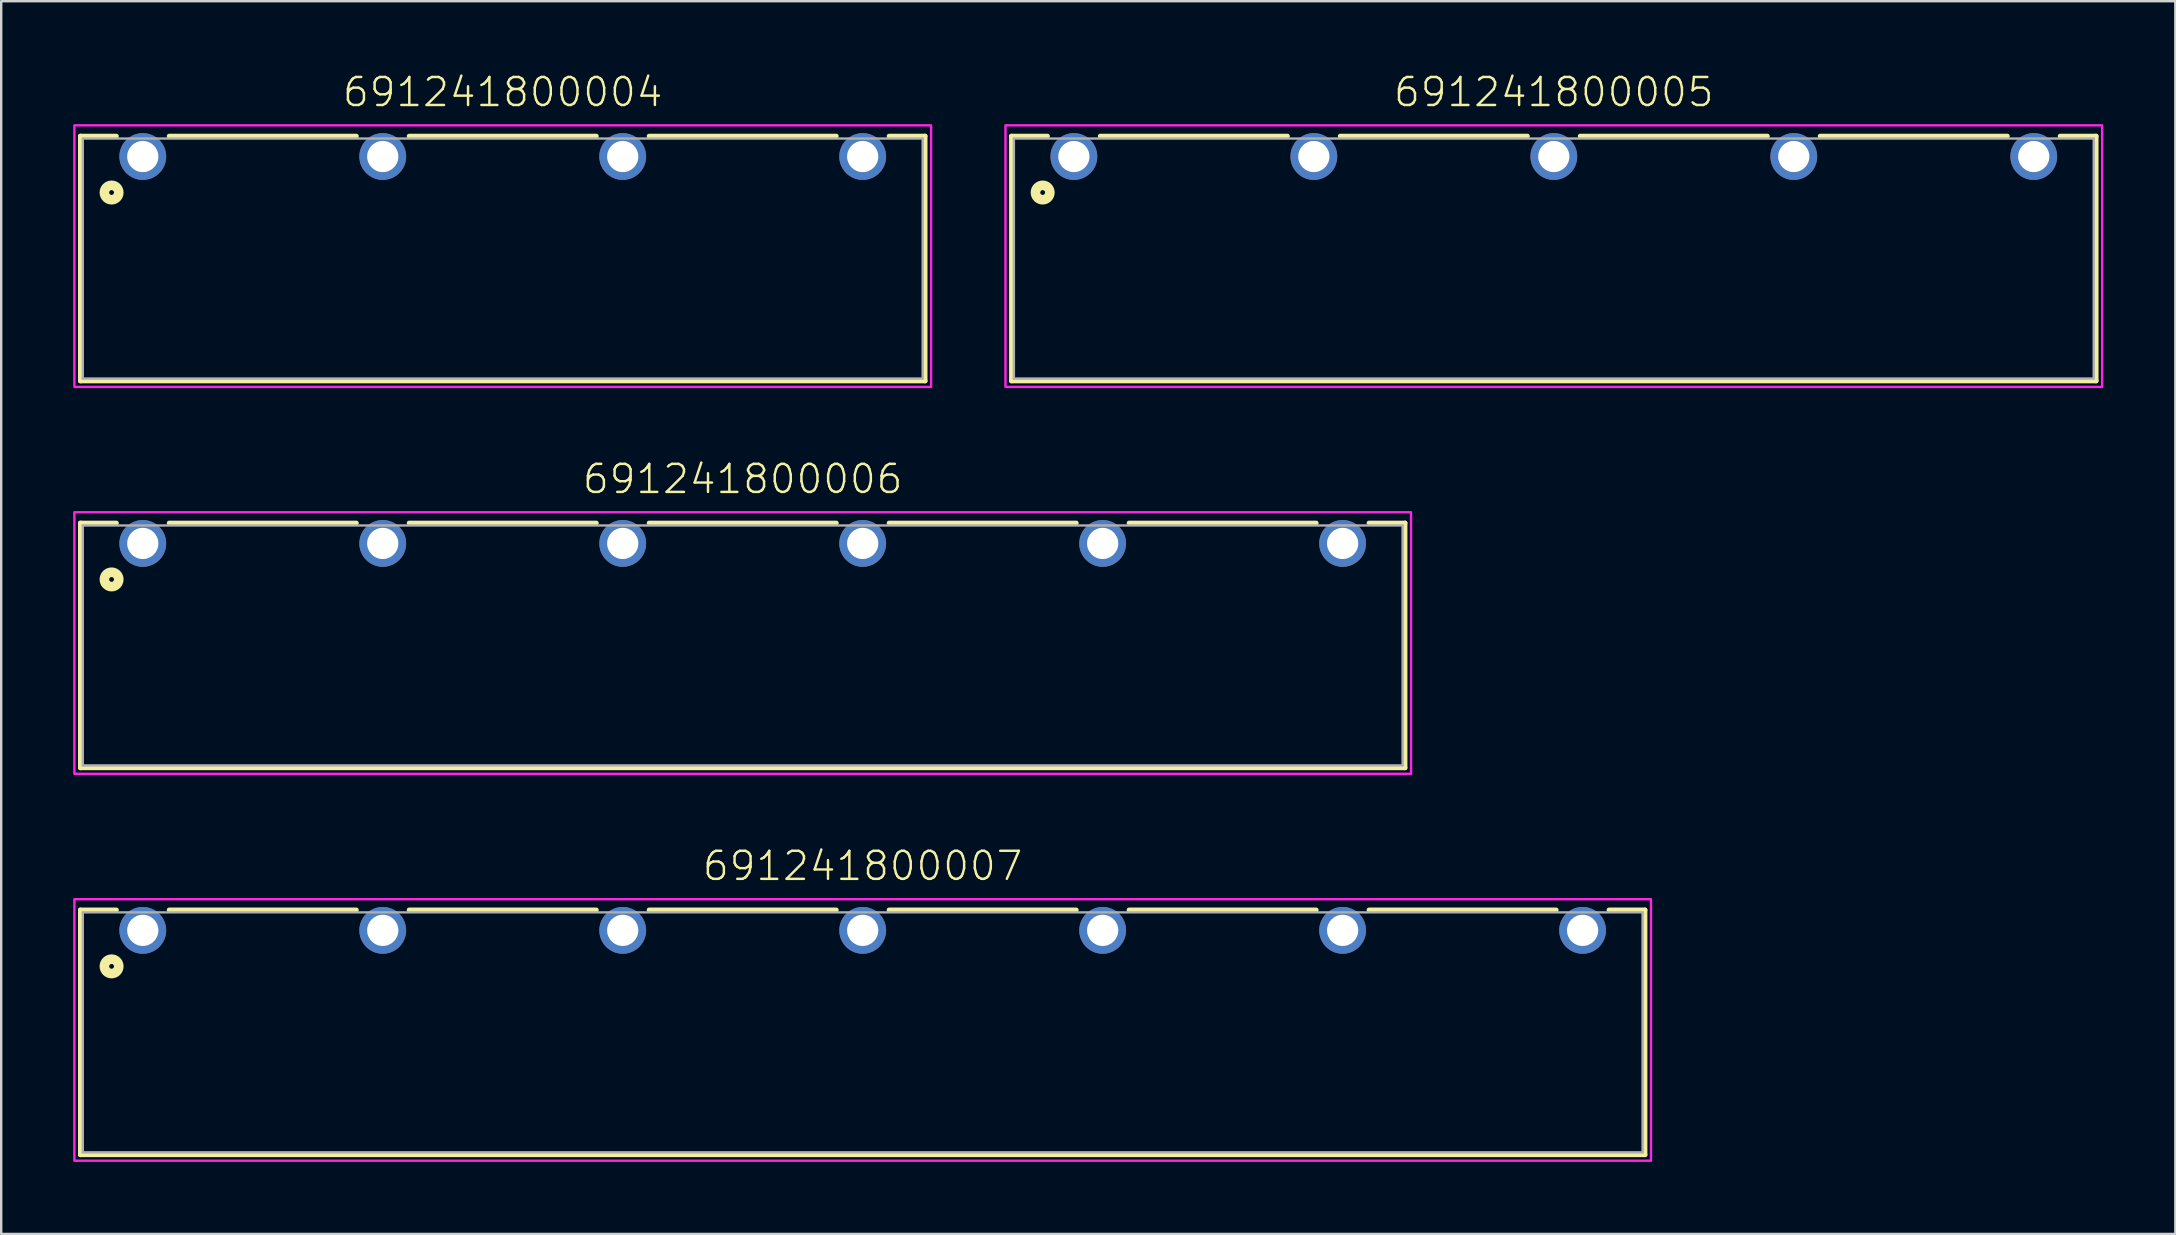
<source format=kicad_pcb>
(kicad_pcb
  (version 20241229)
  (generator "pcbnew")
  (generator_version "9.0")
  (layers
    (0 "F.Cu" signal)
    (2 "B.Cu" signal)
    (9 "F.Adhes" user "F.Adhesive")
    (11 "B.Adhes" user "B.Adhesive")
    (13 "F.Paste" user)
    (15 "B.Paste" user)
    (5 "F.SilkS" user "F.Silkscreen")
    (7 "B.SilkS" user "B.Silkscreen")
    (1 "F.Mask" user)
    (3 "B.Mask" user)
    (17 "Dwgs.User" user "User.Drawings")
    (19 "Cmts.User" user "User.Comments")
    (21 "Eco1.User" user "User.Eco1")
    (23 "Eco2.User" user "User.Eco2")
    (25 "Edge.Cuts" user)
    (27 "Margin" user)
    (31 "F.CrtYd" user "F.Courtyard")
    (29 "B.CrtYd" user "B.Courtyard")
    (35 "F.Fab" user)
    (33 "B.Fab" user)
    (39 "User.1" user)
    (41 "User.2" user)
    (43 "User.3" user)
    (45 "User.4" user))
  (footprint "691241800007"
    (layer "F.Cu")
    (at 32.9 35.72)
    (property "Reference" "691241800007" (at 0 -2 0) (unlocked yes) (layer "F.SilkS") (effects (font (size 1.168 1.168) (thickness 0.102)) (justify bottom)))
    (fp_line (start -32.6 -0.85) (end -31.1 -0.85) (stroke (width 0.2) (type solid)) (layer "F.SilkS"))
    (fp_line (start -32.6 9.35) (end -32.6 -0.85) (stroke (width 0.2) (type solid)) (layer "F.SilkS"))
    (fp_line (start -28.9 -0.85) (end -21.1 -0.85) (stroke (width 0.2) (type solid)) (layer "F.SilkS"))
    (fp_line (start -18.9 -0.85) (end -11.1 -0.85) (stroke (width 0.2) (type solid)) (layer "F.SilkS"))
    (fp_line (start -8.9 -0.85) (end -1.1 -0.85) (stroke (width 0.2) (type solid)) (layer "F.SilkS"))
    (fp_line (start 1.1 -0.85) (end 8.9 -0.85) (stroke (width 0.2) (type solid)) (layer "F.SilkS"))
    (fp_line (start 11.1 -0.85) (end 18.9 -0.85) (stroke (width 0.2) (type solid)) (layer "F.SilkS"))
    (fp_line (start 21.1 -0.85) (end 28.9 -0.85) (stroke (width 0.2) (type solid)) (layer "F.SilkS"))
    (fp_line (start 31.1 -0.85) (end 32.6 -0.85) (stroke (width 0.2) (type solid)) (layer "F.SilkS"))
    (fp_line (start 32.6 -0.85) (end 32.6 9.35) (stroke (width 0.2) (type solid)) (layer "F.SilkS"))
    (fp_line (start 32.6 9.35) (end -32.6 9.35) (stroke (width 0.2) (type solid)) (layer "F.SilkS"))
    (fp_circle (center -31.3 1.5) (end -31.2 1.5) (stroke (width 0.4) (type solid)) (fill no) (layer "F.SilkS"))
    (fp_poly (pts (xy 32.85 9.6) (xy -32.85 9.6) (xy -32.85 -1.3) (xy 32.85 -1.3)) (stroke (width 0.1) (type default)) (fill no) (layer "F.CrtYd"))
    (fp_line (start -32.5 -0.75) (end 32.5 -0.75) (stroke (width 0.1) (type solid)) (layer "F.Fab"))
    (fp_line (start -32.5 9.25) (end -32.5 -0.75) (stroke (width 0.1) (type solid)) (layer "F.Fab"))
    (fp_line (start 32.5 -0.75) (end 32.5 9.25) (stroke (width 0.1) (type solid)) (layer "F.Fab"))
    (fp_line (start 32.5 9.25) (end -32.5 9.25) (stroke (width 0.1) (type solid)) (layer "F.Fab"))
    (pad "1" thru_hole circle (at -30 0) (size 1.95 1.95) (drill 1.3) (layers "*.Cu" "*.Mask"))
    (pad "2" thru_hole circle (at -20 0) (size 1.95 1.95) (drill 1.3) (layers "*.Cu" "*.Mask"))
    (pad "3" thru_hole circle (at -10 0) (size 1.95 1.95) (drill 1.3) (layers "*.Cu" "*.Mask"))
    (pad "4" thru_hole circle (at 0 0) (size 1.95 1.95) (drill 1.3) (layers "*.Cu" "*.Mask"))
    (pad "5" thru_hole circle (at 10 0) (size 1.95 1.95) (drill 1.3) (layers "*.Cu" "*.Mask"))
    (pad "6" thru_hole circle (at 20 0) (size 1.95 1.95) (drill 1.3) (layers "*.Cu" "*.Mask"))
    (pad "7" thru_hole circle (at 30 0) (size 1.95 1.95) (drill 1.3) (layers "*.Cu" "*.Mask")))
  (footprint "691241800006"
    (layer "F.Cu")
    (at 27.9 19.596)
    (property "Reference" "691241800006" (at 0 -2 0) (unlocked yes) (layer "F.SilkS") (effects (font (size 1.168 1.168) (thickness 0.102)) (justify bottom)))
    (fp_line (start -27.6 -0.85) (end -26.1 -0.85) (stroke (width 0.2) (type solid)) (layer "F.SilkS"))
    (fp_line (start -27.6 9.35) (end -27.6 -0.85) (stroke (width 0.2) (type solid)) (layer "F.SilkS"))
    (fp_line (start -23.9 -0.85) (end -16.1 -0.85) (stroke (width 0.2) (type solid)) (layer "F.SilkS"))
    (fp_line (start -13.9 -0.85) (end -6.1 -0.85) (stroke (width 0.2) (type solid)) (layer "F.SilkS"))
    (fp_line (start -3.9 -0.85) (end 3.9 -0.85) (stroke (width 0.2) (type solid)) (layer "F.SilkS"))
    (fp_line (start 6.1 -0.85) (end 13.9 -0.85) (stroke (width 0.2) (type solid)) (layer "F.SilkS"))
    (fp_line (start 16.1 -0.85) (end 23.9 -0.85) (stroke (width 0.2) (type solid)) (layer "F.SilkS"))
    (fp_line (start 26.1 -0.85) (end 27.6 -0.85) (stroke (width 0.2) (type solid)) (layer "F.SilkS"))
    (fp_line (start 27.6 -0.85) (end 27.6 9.35) (stroke (width 0.2) (type solid)) (layer "F.SilkS"))
    (fp_line (start 27.6 9.35) (end -27.6 9.35) (stroke (width 0.2) (type solid)) (layer "F.SilkS"))
    (fp_circle (center -26.3 1.5) (end -26.2 1.5) (stroke (width 0.4) (type solid)) (fill no) (layer "F.SilkS"))
    (fp_poly (pts (xy 27.85 9.6) (xy -27.85 9.6) (xy -27.85 -1.3) (xy 27.85 -1.3)) (stroke (width 0.1) (type default)) (fill no) (layer "F.CrtYd"))
    (fp_line (start -27.5 -0.75) (end 27.5 -0.75) (stroke (width 0.1) (type solid)) (layer "F.Fab"))
    (fp_line (start -27.5 9.25) (end -27.5 -0.75) (stroke (width 0.1) (type solid)) (layer "F.Fab"))
    (fp_line (start 27.5 -0.75) (end 27.5 9.25) (stroke (width 0.1) (type solid)) (layer "F.Fab"))
    (fp_line (start 27.5 9.25) (end -27.5 9.25) (stroke (width 0.1) (type solid)) (layer "F.Fab"))
    (pad "1" thru_hole circle (at -25 0) (size 1.95 1.95) (drill 1.3) (layers "*.Cu" "*.Mask"))
    (pad "2" thru_hole circle (at -15 0) (size 1.95 1.95) (drill 1.3) (layers "*.Cu" "*.Mask"))
    (pad "3" thru_hole circle (at -5 0) (size 1.95 1.95) (drill 1.3) (layers "*.Cu" "*.Mask"))
    (pad "4" thru_hole circle (at 5 0) (size 1.95 1.95) (drill 1.3) (layers "*.Cu" "*.Mask"))
    (pad "5" thru_hole circle (at 15 0) (size 1.95 1.95) (drill 1.3) (layers "*.Cu" "*.Mask"))
    (pad "6" thru_hole circle (at 25 0) (size 1.95 1.95) (drill 1.3) (layers "*.Cu" "*.Mask")))
  (footprint "691241800005"
    (layer "F.Cu")
    (at 61.7 3.473)
    (property "Reference" "691241800005" (at 0 -2 0) (unlocked yes) (layer "F.SilkS") (effects (font (size 1.168 1.168) (thickness 0.102)) (justify bottom)))
    (fp_line (start -22.6 -0.85) (end -21.1 -0.85) (stroke (width 0.2) (type solid)) (layer "F.SilkS"))
    (fp_line (start -22.6 9.35) (end -22.6 -0.85) (stroke (width 0.2) (type solid)) (layer "F.SilkS"))
    (fp_line (start -18.9 -0.85) (end -11.1 -0.85) (stroke (width 0.2) (type solid)) (layer "F.SilkS"))
    (fp_line (start -8.9 -0.85) (end -1.1 -0.85) (stroke (width 0.2) (type solid)) (layer "F.SilkS"))
    (fp_line (start 1.1 -0.85) (end 8.9 -0.85) (stroke (width 0.2) (type solid)) (layer "F.SilkS"))
    (fp_line (start 11.1 -0.85) (end 18.9 -0.85) (stroke (width 0.2) (type solid)) (layer "F.SilkS"))
    (fp_line (start 21.1 -0.85) (end 22.6 -0.85) (stroke (width 0.2) (type solid)) (layer "F.SilkS"))
    (fp_line (start 22.6 -0.85) (end 22.6 9.35) (stroke (width 0.2) (type solid)) (layer "F.SilkS"))
    (fp_line (start 22.6 9.35) (end -22.6 9.35) (stroke (width 0.2) (type solid)) (layer "F.SilkS"))
    (fp_circle (center -21.3 1.5) (end -21.2 1.5) (stroke (width 0.4) (type solid)) (fill no) (layer "F.SilkS"))
    (fp_poly (pts (xy 22.85 9.6) (xy -22.85 9.6) (xy -22.85 -1.3) (xy 22.85 -1.3)) (stroke (width 0.1) (type default)) (fill no) (layer "F.CrtYd"))
    (fp_line (start -22.5 -0.75) (end 22.5 -0.75) (stroke (width 0.1) (type solid)) (layer "F.Fab"))
    (fp_line (start -22.5 9.25) (end -22.5 -0.75) (stroke (width 0.1) (type solid)) (layer "F.Fab"))
    (fp_line (start 22.5 -0.75) (end 22.5 9.25) (stroke (width 0.1) (type solid)) (layer "F.Fab"))
    (fp_line (start 22.5 9.25) (end -22.5 9.25) (stroke (width 0.1) (type solid)) (layer "F.Fab"))
    (pad "1" thru_hole circle (at -20 0) (size 1.95 1.95) (drill 1.3) (layers "*.Cu" "*.Mask"))
    (pad "2" thru_hole circle (at -10 0) (size 1.95 1.95) (drill 1.3) (layers "*.Cu" "*.Mask"))
    (pad "3" thru_hole circle (at 0 0) (size 1.95 1.95) (drill 1.3) (layers "*.Cu" "*.Mask"))
    (pad "4" thru_hole circle (at 10 0) (size 1.95 1.95) (drill 1.3) (layers "*.Cu" "*.Mask"))
    (pad "5" thru_hole circle (at 20 0) (size 1.95 1.95) (drill 1.3) (layers "*.Cu" "*.Mask")))
  (footprint "691241800004"
    (layer "F.Cu")
    (at 17.9 3.473)
    (property "Reference" "691241800004" (at 0 -2 0) (unlocked yes) (layer "F.SilkS") (effects (font (size 1.168 1.168) (thickness 0.102)) (justify bottom)))
    (fp_line (start -17.6 -0.85) (end -16.1 -0.85) (stroke (width 0.2) (type solid)) (layer "F.SilkS"))
    (fp_line (start -17.6 9.35) (end -17.6 -0.85) (stroke (width 0.2) (type solid)) (layer "F.SilkS"))
    (fp_line (start -13.9 -0.85) (end -6.1 -0.85) (stroke (width 0.2) (type solid)) (layer "F.SilkS"))
    (fp_line (start -3.9 -0.85) (end 3.9 -0.85) (stroke (width 0.2) (type solid)) (layer "F.SilkS"))
    (fp_line (start 6.1 -0.85) (end 13.9 -0.85) (stroke (width 0.2) (type solid)) (layer "F.SilkS"))
    (fp_line (start 16.1 -0.85) (end 17.6 -0.85) (stroke (width 0.2) (type solid)) (layer "F.SilkS"))
    (fp_line (start 17.6 -0.85) (end 17.6 9.35) (stroke (width 0.2) (type solid)) (layer "F.SilkS"))
    (fp_line (start 17.6 9.35) (end -17.6 9.35) (stroke (width 0.2) (type solid)) (layer "F.SilkS"))
    (fp_circle (center -16.3 1.5) (end -16.2 1.5) (stroke (width 0.4) (type solid)) (fill no) (layer "F.SilkS"))
    (fp_poly (pts (xy 17.85 9.6) (xy -17.85 9.6) (xy -17.85 -1.3) (xy 17.85 -1.3)) (stroke (width 0.1) (type default)) (fill no) (layer "F.CrtYd"))
    (fp_line (start -17.5 -0.75) (end 17.5 -0.75) (stroke (width 0.1) (type solid)) (layer "F.Fab"))
    (fp_line (start -17.5 9.25) (end -17.5 -0.75) (stroke (width 0.1) (type solid)) (layer "F.Fab"))
    (fp_line (start 17.5 -0.75) (end 17.5 9.25) (stroke (width 0.1) (type solid)) (layer "F.Fab"))
    (fp_line (start 17.5 9.25) (end -17.5 9.25) (stroke (width 0.1) (type solid)) (layer "F.Fab"))
    (pad "1" thru_hole circle (at -15 0) (size 1.95 1.95) (drill 1.3) (layers "*.Cu" "*.Mask"))
    (pad "2" thru_hole circle (at -5 0) (size 1.95 1.95) (drill 1.3) (layers "*.Cu" "*.Mask"))
    (pad "3" thru_hole circle (at 5 0) (size 1.95 1.95) (drill 1.3) (layers "*.Cu" "*.Mask"))
    (pad "4" thru_hole circle (at 15 0) (size 1.95 1.95) (drill 1.3) (layers "*.Cu" "*.Mask")))
  (gr_rect
    (start -3 -3)
    (end 87.6 48.37)
    (stroke (width 0.1) (type default))
    (fill no)
    (layer "Edge.Cuts")))
</source>
